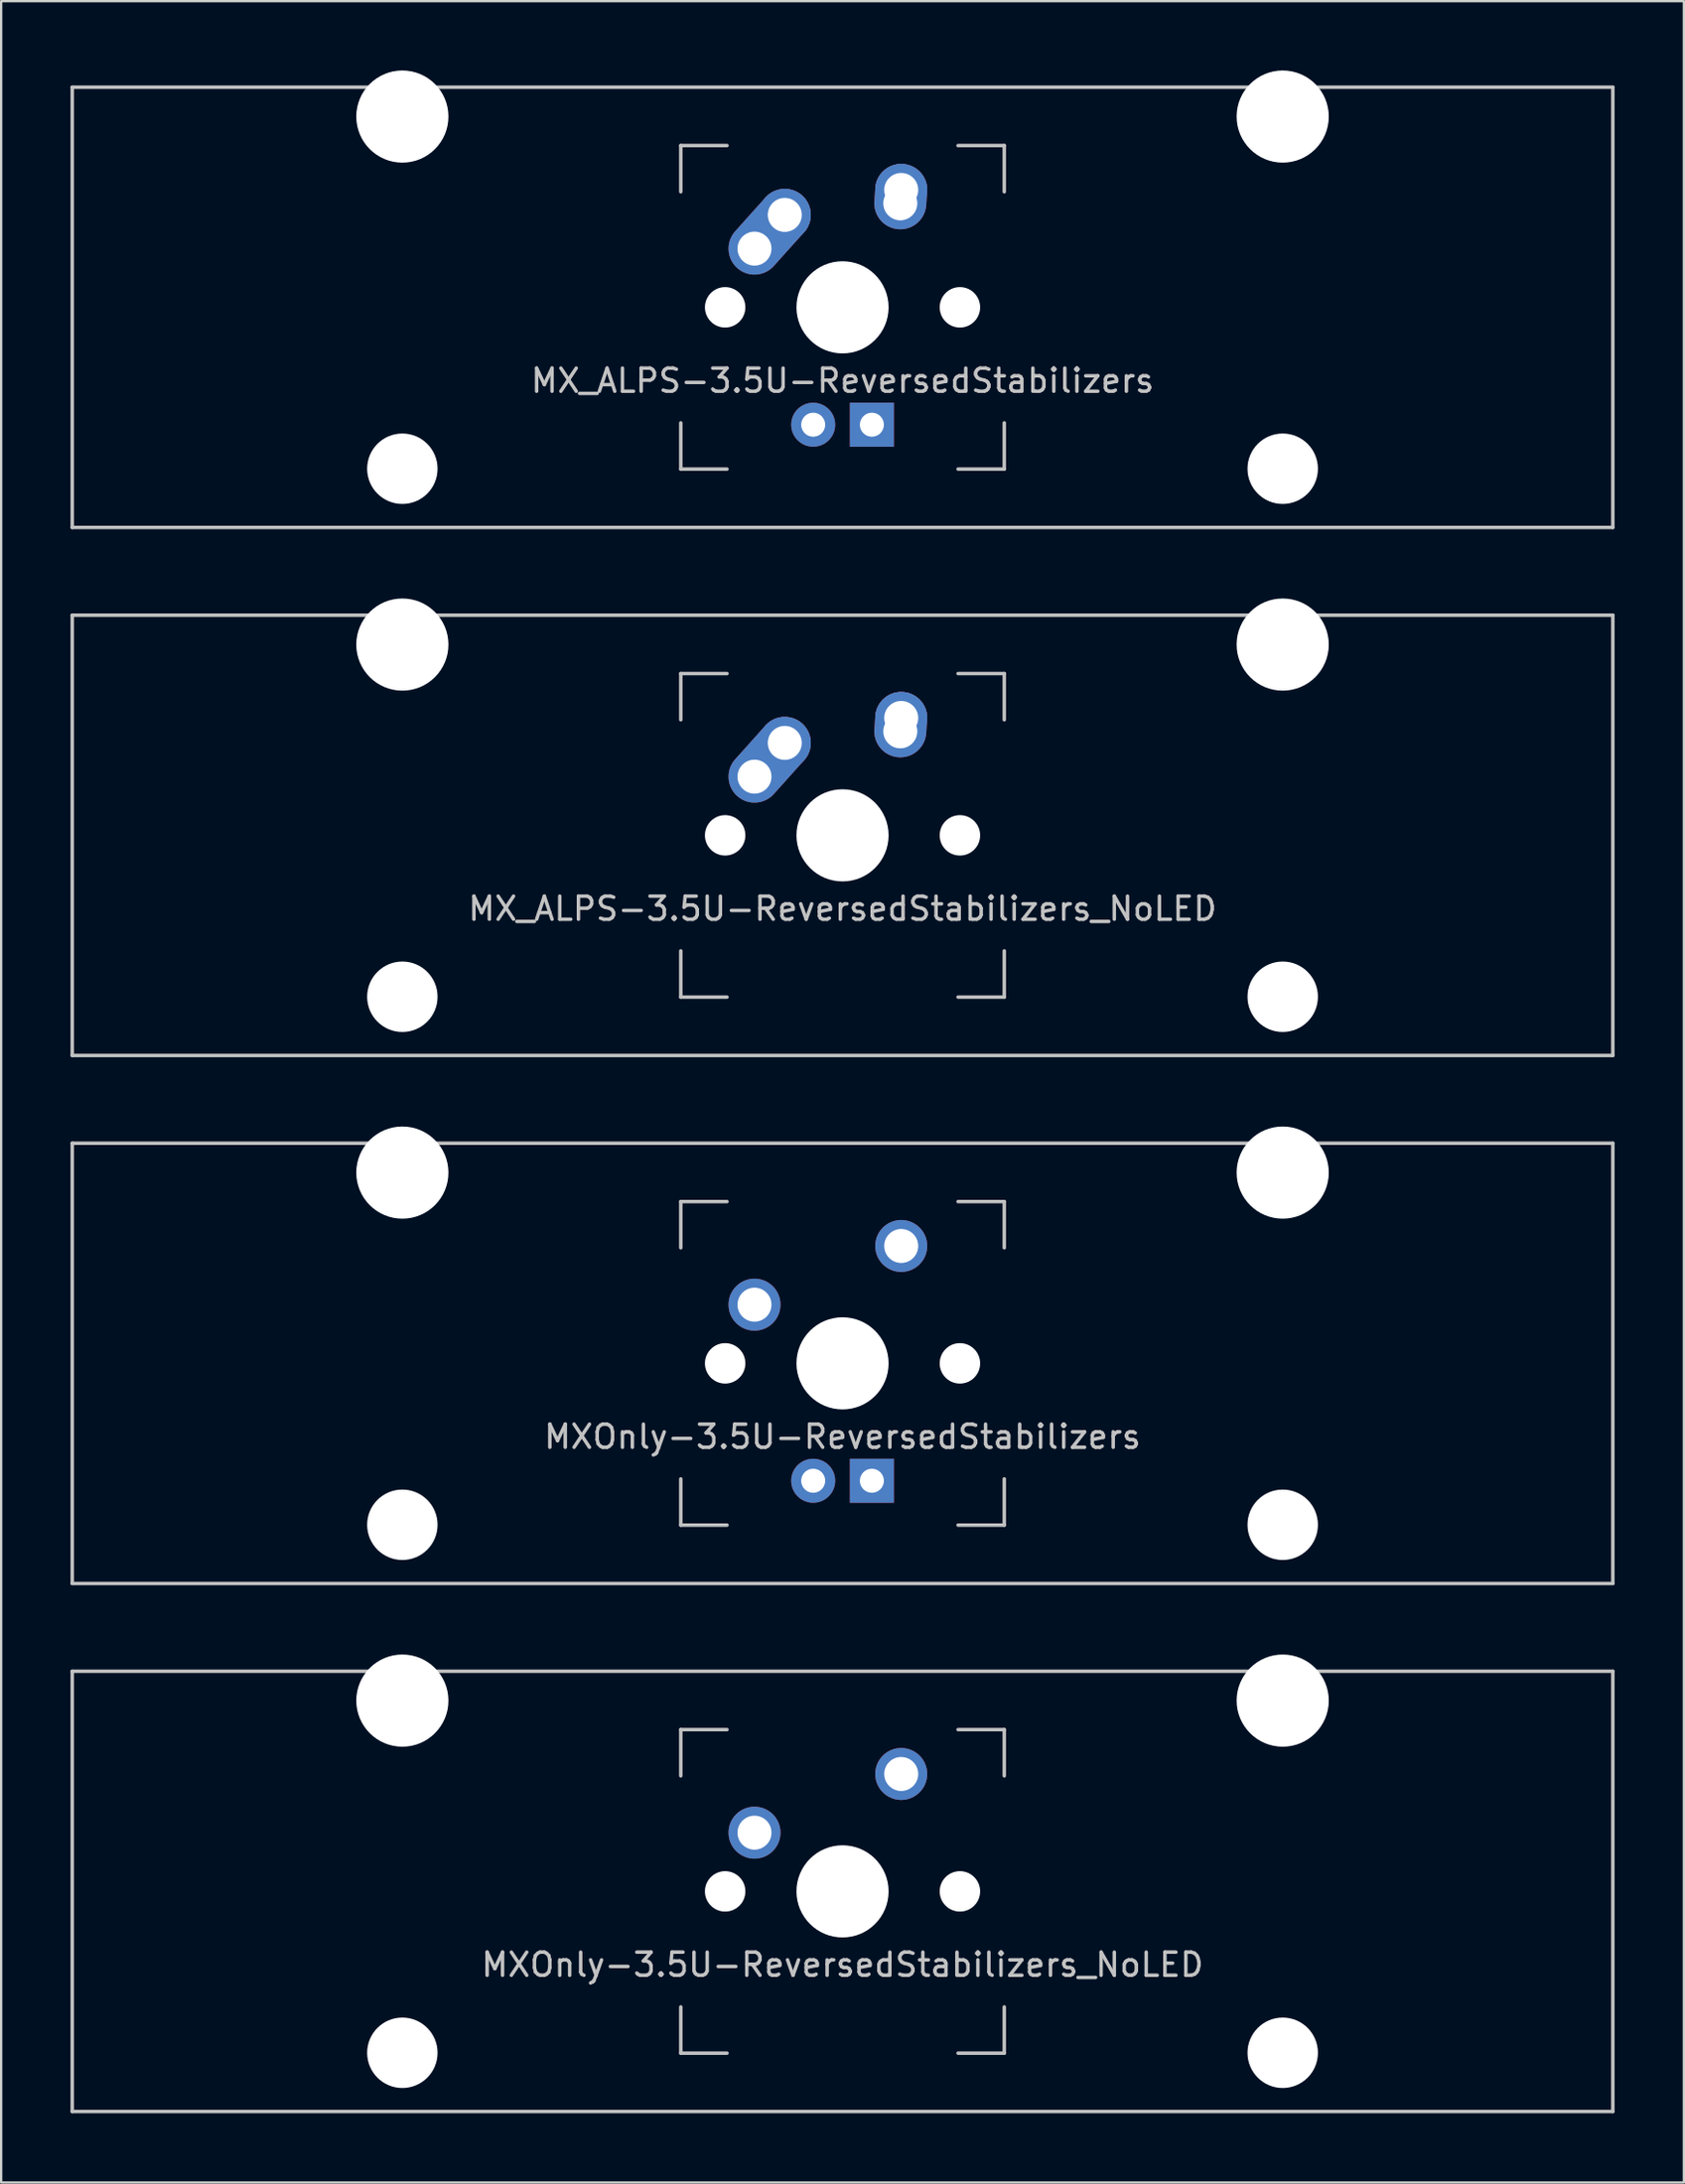
<source format=kicad_pcb>
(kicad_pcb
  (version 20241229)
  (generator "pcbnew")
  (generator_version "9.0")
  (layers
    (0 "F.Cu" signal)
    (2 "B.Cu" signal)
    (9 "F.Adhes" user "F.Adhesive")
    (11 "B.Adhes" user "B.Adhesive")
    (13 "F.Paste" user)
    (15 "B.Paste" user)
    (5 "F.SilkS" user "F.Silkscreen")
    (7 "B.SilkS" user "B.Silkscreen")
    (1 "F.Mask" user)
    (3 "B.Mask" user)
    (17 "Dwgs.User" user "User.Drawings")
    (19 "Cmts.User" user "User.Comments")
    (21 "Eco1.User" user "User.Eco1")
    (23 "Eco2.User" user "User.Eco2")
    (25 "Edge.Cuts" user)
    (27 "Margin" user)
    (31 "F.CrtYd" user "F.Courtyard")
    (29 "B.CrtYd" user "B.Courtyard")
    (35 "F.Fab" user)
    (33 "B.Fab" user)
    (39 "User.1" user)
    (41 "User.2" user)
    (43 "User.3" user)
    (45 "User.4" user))
  (footprint "MX_ALPS-3.5U-ReversedStabilizers"
    (layer "F.Cu")
    (at 33.413 10.249)
    (property "Reference" "MX_ALPS-3.5U-ReversedStabilizers" (at 0 3.175 0) (layer "Dwgs.User") (effects (font (size 1 1) (thickness 0.15))))
    (attr through_hole)
    (fp_line (start -33.337 -9.525) (end 33.337 -9.525) (stroke (width 0.15) (type solid)) (layer "Dwgs.User"))
    (fp_line (start -33.337 9.525) (end -33.337 -9.525) (stroke (width 0.15) (type solid)) (layer "Dwgs.User"))
    (fp_line (start -33.337 9.525) (end 33.337 9.525) (stroke (width 0.15) (type solid)) (layer "Dwgs.User"))
    (fp_line (start -7 -7) (end -7 -5) (stroke (width 0.15) (type solid)) (layer "Dwgs.User"))
    (fp_line (start -7 5) (end -7 7) (stroke (width 0.15) (type solid)) (layer "Dwgs.User"))
    (fp_line (start -7 7) (end -5 7) (stroke (width 0.15) (type solid)) (layer "Dwgs.User"))
    (fp_line (start -5 -7) (end -7 -7) (stroke (width 0.15) (type solid)) (layer "Dwgs.User"))
    (fp_line (start 5 -7) (end 7 -7) (stroke (width 0.15) (type solid)) (layer "Dwgs.User"))
    (fp_line (start 5 7) (end 7 7) (stroke (width 0.15) (type solid)) (layer "Dwgs.User"))
    (fp_line (start 7 -7) (end 7 -5) (stroke (width 0.15) (type solid)) (layer "Dwgs.User"))
    (fp_line (start 7 7) (end 7 5) (stroke (width 0.15) (type solid)) (layer "Dwgs.User"))
    (fp_line (start 33.337 -9.525) (end 33.337 9.525) (stroke (width 0.15) (type solid)) (layer "Dwgs.User"))
    (pad "" np_thru_hole circle (at -19.05 -8.255) (size 3.988 3.988) (drill 3.988) (layers "*.Cu" "*.Mask"))
    (pad "" np_thru_hole circle (at -19.05 6.985) (size 3.048 3.048) (drill 3.048) (layers "*.Cu" "*.Mask"))
    (pad "" np_thru_hole circle (at -5.08 0 48.1) (size 1.75 1.75) (drill 1.75) (layers "*.Cu" "*.Mask"))
    (pad "" np_thru_hole circle (at 0 0) (size 3.988 3.988) (drill 3.988) (layers "*.Cu" "*.Mask"))
    (pad "" np_thru_hole circle (at 5.08 0 48.1) (size 1.75 1.75) (drill 1.75) (layers "*.Cu" "*.Mask"))
    (pad "" np_thru_hole circle (at 19.05 -8.255) (size 3.988 3.988) (drill 3.988) (layers "*.Cu" "*.Mask"))
    (pad "" np_thru_hole circle (at 19.05 6.985) (size 3.048 3.048) (drill 3.048) (layers "*.Cu" "*.Mask"))
    (pad "1" thru_hole oval (at -3.81 -2.54 48.1) (size 4.212 2.25) (drill 1.47 (offset 0.981 0)) (layers "*.Cu" "B.Mask"))
    (pad "1" thru_hole circle (at -2.5 -4) (size 2.25 2.25) (drill 1.47) (layers "*.Cu" "B.Mask"))
    (pad "2" thru_hole oval (at 2.5 -4.5 86.055) (size 2.831 2.25) (drill 1.47 (offset 0.291 0)) (layers "*.Cu" "B.Mask"))
    (pad "2" thru_hole circle (at 2.54 -5.08) (size 2.25 2.25) (drill 1.47) (layers "*.Cu" "B.Mask"))
    (pad "3" thru_hole circle (at -1.27 5.08) (size 1.905 1.905) (drill 1.04) (layers "*.Cu" "B.Mask"))
    (pad "4" thru_hole rect (at 1.27 5.08) (size 1.905 1.905) (drill 1.04) (layers "*.Cu" "B.Mask")))
  (footprint "MX_ALPS-3.5U-ReversedStabilizers_NoLED"
    (layer "F.Cu")
    (at 33.413 33.098)
    (property "Reference" "MX_ALPS-3.5U-ReversedStabilizers_NoLED" (at 0 3.175 0) (layer "Dwgs.User") (effects (font (size 1 1) (thickness 0.15))))
    (attr through_hole)
    (fp_line (start -33.337 -9.525) (end 33.337 -9.525) (stroke (width 0.15) (type solid)) (layer "Dwgs.User"))
    (fp_line (start -33.337 9.525) (end -33.337 -9.525) (stroke (width 0.15) (type solid)) (layer "Dwgs.User"))
    (fp_line (start -33.337 9.525) (end 33.337 9.525) (stroke (width 0.15) (type solid)) (layer "Dwgs.User"))
    (fp_line (start -7 -7) (end -7 -5) (stroke (width 0.15) (type solid)) (layer "Dwgs.User"))
    (fp_line (start -7 5) (end -7 7) (stroke (width 0.15) (type solid)) (layer "Dwgs.User"))
    (fp_line (start -7 7) (end -5 7) (stroke (width 0.15) (type solid)) (layer "Dwgs.User"))
    (fp_line (start -5 -7) (end -7 -7) (stroke (width 0.15) (type solid)) (layer "Dwgs.User"))
    (fp_line (start 5 -7) (end 7 -7) (stroke (width 0.15) (type solid)) (layer "Dwgs.User"))
    (fp_line (start 5 7) (end 7 7) (stroke (width 0.15) (type solid)) (layer "Dwgs.User"))
    (fp_line (start 7 -7) (end 7 -5) (stroke (width 0.15) (type solid)) (layer "Dwgs.User"))
    (fp_line (start 7 7) (end 7 5) (stroke (width 0.15) (type solid)) (layer "Dwgs.User"))
    (fp_line (start 33.337 -9.525) (end 33.337 9.525) (stroke (width 0.15) (type solid)) (layer "Dwgs.User"))
    (pad "" np_thru_hole circle (at -19.05 -8.255) (size 3.988 3.988) (drill 3.988) (layers "*.Cu" "*.Mask"))
    (pad "" np_thru_hole circle (at -19.05 6.985) (size 3.048 3.048) (drill 3.048) (layers "*.Cu" "*.Mask"))
    (pad "" np_thru_hole circle (at -5.08 0 48.1) (size 1.75 1.75) (drill 1.75) (layers "*.Cu" "*.Mask"))
    (pad "" np_thru_hole circle (at 0 0) (size 3.988 3.988) (drill 3.988) (layers "*.Cu" "*.Mask"))
    (pad "" np_thru_hole circle (at 5.08 0 48.1) (size 1.75 1.75) (drill 1.75) (layers "*.Cu" "*.Mask"))
    (pad "" np_thru_hole circle (at 19.05 -8.255) (size 3.988 3.988) (drill 3.988) (layers "*.Cu" "*.Mask"))
    (pad "" np_thru_hole circle (at 19.05 6.985) (size 3.048 3.048) (drill 3.048) (layers "*.Cu" "*.Mask"))
    (pad "1" thru_hole oval (at -3.81 -2.54 48.1) (size 4.212 2.25) (drill 1.47 (offset 0.981 0)) (layers "*.Cu" "B.Mask"))
    (pad "1" thru_hole circle (at -2.5 -4) (size 2.25 2.25) (drill 1.47) (layers "*.Cu" "B.Mask"))
    (pad "2" thru_hole oval (at 2.5 -4.5 86.055) (size 2.831 2.25) (drill 1.47 (offset 0.291 0)) (layers "*.Cu" "B.Mask"))
    (pad "2" thru_hole circle (at 2.54 -5.08) (size 2.25 2.25) (drill 1.47) (layers "*.Cu" "B.Mask")))
  (footprint "MXOnly-3.5U-ReversedStabilizers_NoLED"
    (layer "F.Cu")
    (at 33.413 78.796)
    (property "Reference" "MXOnly-3.5U-ReversedStabilizers_NoLED" (at 0 3.175 0) (layer "Dwgs.User") (effects (font (size 1 1) (thickness 0.15))))
    (attr through_hole)
    (fp_line (start -33.337 -9.525) (end 33.337 -9.525) (stroke (width 0.15) (type solid)) (layer "Dwgs.User"))
    (fp_line (start -33.337 9.525) (end -33.337 -9.525) (stroke (width 0.15) (type solid)) (layer "Dwgs.User"))
    (fp_line (start -33.337 9.525) (end 33.337 9.525) (stroke (width 0.15) (type solid)) (layer "Dwgs.User"))
    (fp_line (start -7 -7) (end -7 -5) (stroke (width 0.15) (type solid)) (layer "Dwgs.User"))
    (fp_line (start -7 5) (end -7 7) (stroke (width 0.15) (type solid)) (layer "Dwgs.User"))
    (fp_line (start -7 7) (end -5 7) (stroke (width 0.15) (type solid)) (layer "Dwgs.User"))
    (fp_line (start -5 -7) (end -7 -7) (stroke (width 0.15) (type solid)) (layer "Dwgs.User"))
    (fp_line (start 5 -7) (end 7 -7) (stroke (width 0.15) (type solid)) (layer "Dwgs.User"))
    (fp_line (start 5 7) (end 7 7) (stroke (width 0.15) (type solid)) (layer "Dwgs.User"))
    (fp_line (start 7 -7) (end 7 -5) (stroke (width 0.15) (type solid)) (layer "Dwgs.User"))
    (fp_line (start 7 7) (end 7 5) (stroke (width 0.15) (type solid)) (layer "Dwgs.User"))
    (fp_line (start 33.337 -9.525) (end 33.337 9.525) (stroke (width 0.15) (type solid)) (layer "Dwgs.User"))
    (pad "" np_thru_hole circle (at -19.05 -8.255) (size 3.988 3.988) (drill 3.988) (layers "*.Cu" "*.Mask"))
    (pad "" np_thru_hole circle (at -19.05 6.985) (size 3.048 3.048) (drill 3.048) (layers "*.Cu" "*.Mask"))
    (pad "" np_thru_hole circle (at -5.08 0 48.1) (size 1.75 1.75) (drill 1.75) (layers "*.Cu" "*.Mask"))
    (pad "" np_thru_hole circle (at 0 0) (size 3.988 3.988) (drill 3.988) (layers "*.Cu" "*.Mask"))
    (pad "" np_thru_hole circle (at 5.08 0 48.1) (size 1.75 1.75) (drill 1.75) (layers "*.Cu" "*.Mask"))
    (pad "" np_thru_hole circle (at 19.05 -8.255) (size 3.988 3.988) (drill 3.988) (layers "*.Cu" "*.Mask"))
    (pad "" np_thru_hole circle (at 19.05 6.985) (size 3.048 3.048) (drill 3.048) (layers "*.Cu" "*.Mask"))
    (pad "1" thru_hole circle (at -3.81 -2.54 48.1) (size 2.25 2.25) (drill 1.47) (layers "*.Cu" "B.Mask"))
    (pad "2" thru_hole circle (at 2.54 -5.08) (size 2.25 2.25) (drill 1.47) (layers "*.Cu" "B.Mask")))
  (footprint "MXOnly-3.5U-ReversedStabilizers"
    (layer "F.Cu")
    (at 33.413 55.947)
    (property "Reference" "MXOnly-3.5U-ReversedStabilizers" (at 0 3.175 0) (layer "Dwgs.User") (effects (font (size 1 1) (thickness 0.15))))
    (attr through_hole)
    (fp_line (start -33.337 -9.525) (end 33.337 -9.525) (stroke (width 0.15) (type solid)) (layer "Dwgs.User"))
    (fp_line (start -33.337 9.525) (end -33.337 -9.525) (stroke (width 0.15) (type solid)) (layer "Dwgs.User"))
    (fp_line (start -33.337 9.525) (end 33.337 9.525) (stroke (width 0.15) (type solid)) (layer "Dwgs.User"))
    (fp_line (start -7 -7) (end -7 -5) (stroke (width 0.15) (type solid)) (layer "Dwgs.User"))
    (fp_line (start -7 5) (end -7 7) (stroke (width 0.15) (type solid)) (layer "Dwgs.User"))
    (fp_line (start -7 7) (end -5 7) (stroke (width 0.15) (type solid)) (layer "Dwgs.User"))
    (fp_line (start -5 -7) (end -7 -7) (stroke (width 0.15) (type solid)) (layer "Dwgs.User"))
    (fp_line (start 5 -7) (end 7 -7) (stroke (width 0.15) (type solid)) (layer "Dwgs.User"))
    (fp_line (start 5 7) (end 7 7) (stroke (width 0.15) (type solid)) (layer "Dwgs.User"))
    (fp_line (start 7 -7) (end 7 -5) (stroke (width 0.15) (type solid)) (layer "Dwgs.User"))
    (fp_line (start 7 7) (end 7 5) (stroke (width 0.15) (type solid)) (layer "Dwgs.User"))
    (fp_line (start 33.337 -9.525) (end 33.337 9.525) (stroke (width 0.15) (type solid)) (layer "Dwgs.User"))
    (pad "" np_thru_hole circle (at -19.05 -8.255) (size 3.988 3.988) (drill 3.988) (layers "*.Cu" "*.Mask"))
    (pad "" np_thru_hole circle (at -19.05 6.985) (size 3.048 3.048) (drill 3.048) (layers "*.Cu" "*.Mask"))
    (pad "" np_thru_hole circle (at -5.08 0 48.1) (size 1.75 1.75) (drill 1.75) (layers "*.Cu" "*.Mask"))
    (pad "" np_thru_hole circle (at 0 0) (size 3.988 3.988) (drill 3.988) (layers "*.Cu" "*.Mask"))
    (pad "" np_thru_hole circle (at 5.08 0 48.1) (size 1.75 1.75) (drill 1.75) (layers "*.Cu" "*.Mask"))
    (pad "" np_thru_hole circle (at 19.05 -8.255) (size 3.988 3.988) (drill 3.988) (layers "*.Cu" "*.Mask"))
    (pad "" np_thru_hole circle (at 19.05 6.985) (size 3.048 3.048) (drill 3.048) (layers "*.Cu" "*.Mask"))
    (pad "1" thru_hole circle (at -3.81 -2.54 48.1) (size 2.25 2.25) (drill 1.47) (layers "*.Cu" "B.Mask"))
    (pad "2" thru_hole circle (at 2.54 -5.08) (size 2.25 2.25) (drill 1.47) (layers "*.Cu" "B.Mask"))
    (pad "3" thru_hole circle (at -1.27 5.08) (size 1.905 1.905) (drill 1.04) (layers "*.Cu" "B.Mask"))
    (pad "4" thru_hole rect (at 1.27 5.08) (size 1.905 1.905) (drill 1.04) (layers "*.Cu" "B.Mask")))
  (gr_rect
    (start -3 -3)
    (end 69.825 91.396)
    (stroke (width 0.1) (type default))
    (fill no)
    (layer "Edge.Cuts")))
</source>
